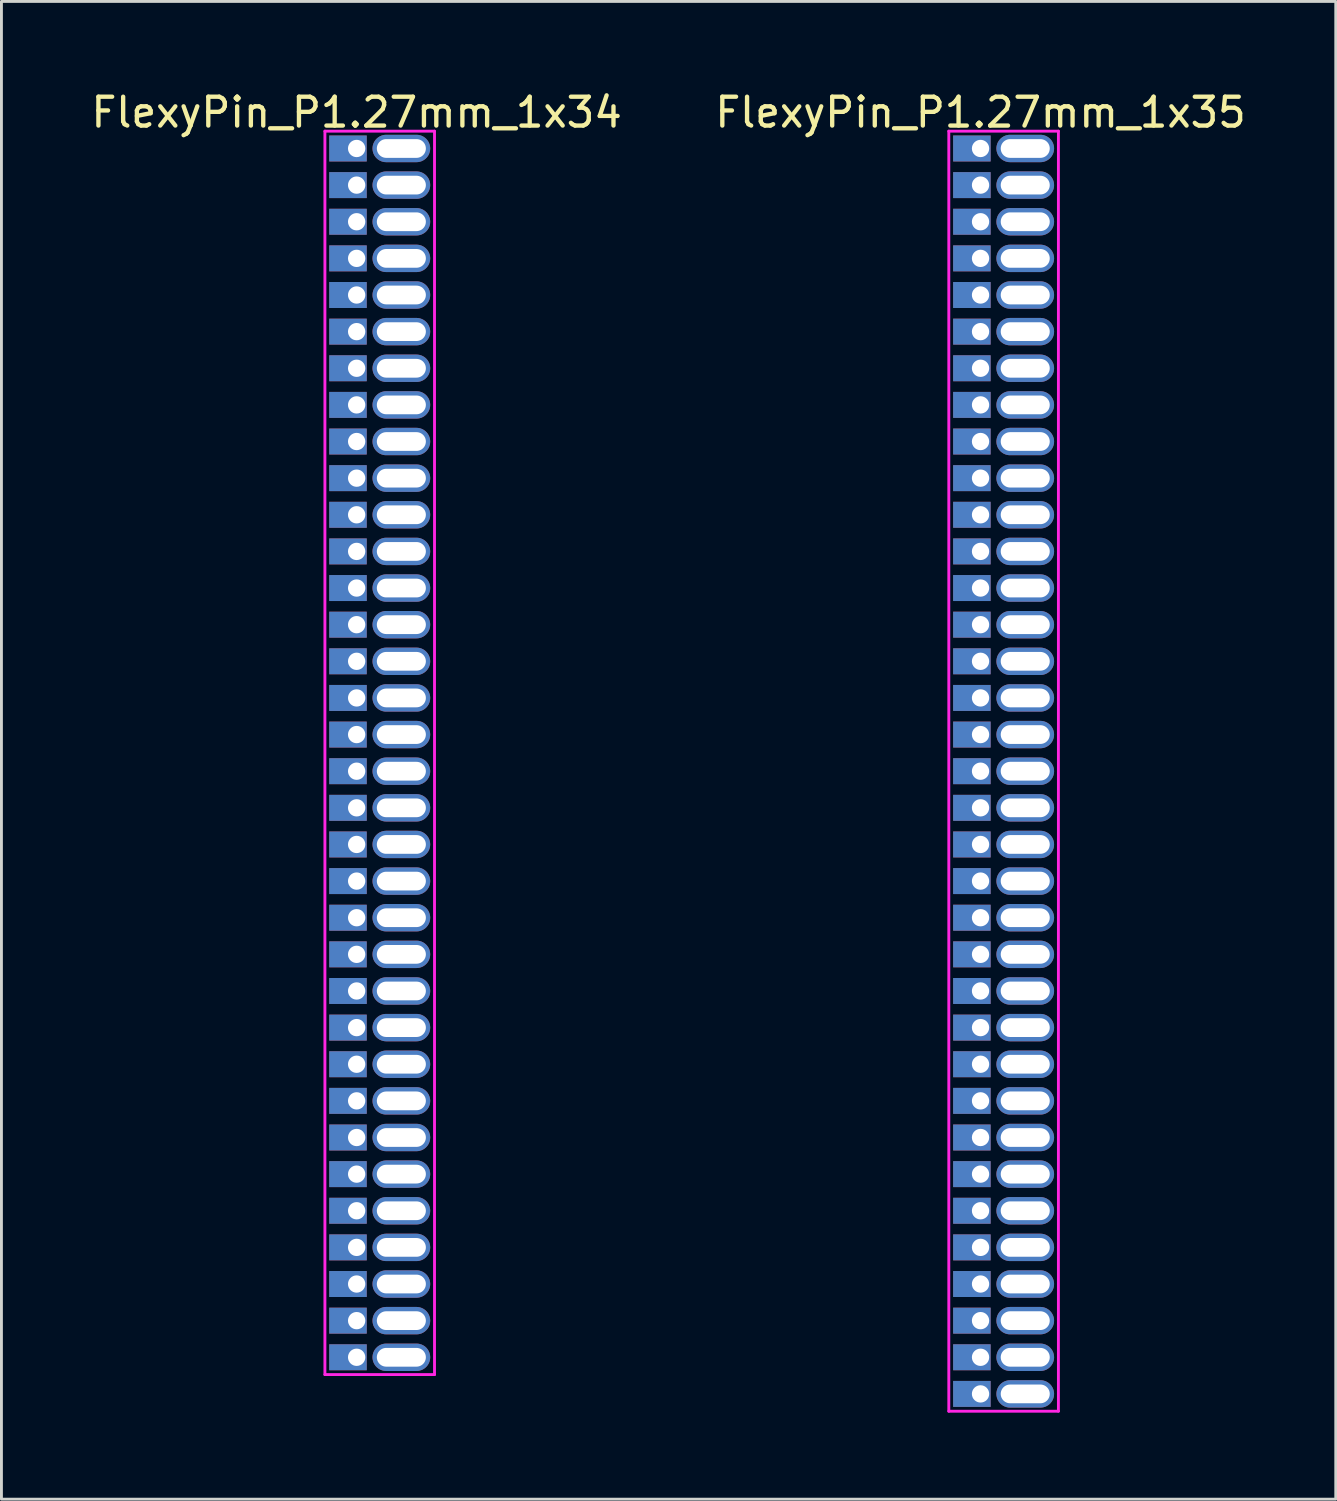
<source format=kicad_pcb>
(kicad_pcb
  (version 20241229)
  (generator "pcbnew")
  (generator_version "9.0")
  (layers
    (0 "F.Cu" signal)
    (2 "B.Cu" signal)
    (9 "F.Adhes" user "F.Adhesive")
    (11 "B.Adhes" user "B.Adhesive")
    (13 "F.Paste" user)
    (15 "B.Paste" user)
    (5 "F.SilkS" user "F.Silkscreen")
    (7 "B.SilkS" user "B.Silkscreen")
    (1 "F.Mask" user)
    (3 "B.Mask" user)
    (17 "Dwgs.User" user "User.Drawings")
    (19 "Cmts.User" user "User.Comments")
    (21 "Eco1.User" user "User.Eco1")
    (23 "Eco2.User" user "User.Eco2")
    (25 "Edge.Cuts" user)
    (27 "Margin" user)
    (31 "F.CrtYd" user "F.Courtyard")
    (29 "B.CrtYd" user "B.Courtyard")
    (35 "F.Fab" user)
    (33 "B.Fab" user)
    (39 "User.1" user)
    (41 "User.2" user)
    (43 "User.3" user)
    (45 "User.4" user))
  (footprint "FlexyPin_P1.27mm_1x35"
    (layer "F.Cu")
    (at 30.946 2.098)
    (property "Reference" "FlexyPin_P1.27mm_1x35" (at 0 -1.25 0) (layer "F.SilkS") (effects (font (size 1 1) (thickness 0.15))))
    (attr through_hole)
    (fp_line (start -1.1 -0.6) (end 2.7 -0.6) (stroke (width 0.1) (type solid)) (layer "F.CrtYd"))
    (fp_line (start -1.1 43.78) (end -1.1 -0.6) (stroke (width 0.1) (type solid)) (layer "F.CrtYd"))
    (fp_line (start 2.7 -0.6) (end 2.7 43.78) (stroke (width 0.1) (type solid)) (layer "F.CrtYd"))
    (fp_line (start 2.7 43.78) (end -1.1 43.78) (stroke (width 0.1) (type solid)) (layer "F.CrtYd"))
    (pad "" thru_hole oval (at 1.55 0) (size 2 0.95) (drill oval 1.7 0.65) (layers "*.Cu" "*.Mask"))
    (pad "" thru_hole oval (at 1.55 1.27) (size 2 0.95) (drill oval 1.7 0.65) (layers "*.Cu" "*.Mask"))
    (pad "" thru_hole oval (at 1.55 2.54) (size 2 0.95) (drill oval 1.7 0.65) (layers "*.Cu" "*.Mask"))
    (pad "" thru_hole oval (at 1.55 3.81) (size 2 0.95) (drill oval 1.7 0.65) (layers "*.Cu" "*.Mask"))
    (pad "" thru_hole oval (at 1.55 5.08) (size 2 0.95) (drill oval 1.7 0.65) (layers "*.Cu" "*.Mask"))
    (pad "" thru_hole oval (at 1.55 6.35) (size 2 0.95) (drill oval 1.7 0.65) (layers "*.Cu" "*.Mask"))
    (pad "" thru_hole oval (at 1.55 7.62) (size 2 0.95) (drill oval 1.7 0.65) (layers "*.Cu" "*.Mask"))
    (pad "" thru_hole oval (at 1.55 8.89) (size 2 0.95) (drill oval 1.7 0.65) (layers "*.Cu" "*.Mask"))
    (pad "" thru_hole oval (at 1.55 10.16) (size 2 0.95) (drill oval 1.7 0.65) (layers "*.Cu" "*.Mask"))
    (pad "" thru_hole oval (at 1.55 11.43) (size 2 0.95) (drill oval 1.7 0.65) (layers "*.Cu" "*.Mask"))
    (pad "" thru_hole oval (at 1.55 12.7) (size 2 0.95) (drill oval 1.7 0.65) (layers "*.Cu" "*.Mask"))
    (pad "" thru_hole oval (at 1.55 13.97) (size 2 0.95) (drill oval 1.7 0.65) (layers "*.Cu" "*.Mask"))
    (pad "" thru_hole oval (at 1.55 15.24) (size 2 0.95) (drill oval 1.7 0.65) (layers "*.Cu" "*.Mask"))
    (pad "" thru_hole oval (at 1.55 16.51) (size 2 0.95) (drill oval 1.7 0.65) (layers "*.Cu" "*.Mask"))
    (pad "" thru_hole oval (at 1.55 17.78) (size 2 0.95) (drill oval 1.7 0.65) (layers "*.Cu" "*.Mask"))
    (pad "" thru_hole oval (at 1.55 19.05) (size 2 0.95) (drill oval 1.7 0.65) (layers "*.Cu" "*.Mask"))
    (pad "" thru_hole oval (at 1.55 20.32) (size 2 0.95) (drill oval 1.7 0.65) (layers "*.Cu" "*.Mask"))
    (pad "" thru_hole oval (at 1.55 21.59) (size 2 0.95) (drill oval 1.7 0.65) (layers "*.Cu" "*.Mask"))
    (pad "" thru_hole oval (at 1.55 22.86) (size 2 0.95) (drill oval 1.7 0.65) (layers "*.Cu" "*.Mask"))
    (pad "" thru_hole oval (at 1.55 24.13) (size 2 0.95) (drill oval 1.7 0.65) (layers "*.Cu" "*.Mask"))
    (pad "" thru_hole oval (at 1.55 25.4) (size 2 0.95) (drill oval 1.7 0.65) (layers "*.Cu" "*.Mask"))
    (pad "" thru_hole oval (at 1.55 26.67) (size 2 0.95) (drill oval 1.7 0.65) (layers "*.Cu" "*.Mask"))
    (pad "" thru_hole oval (at 1.55 27.94) (size 2 0.95) (drill oval 1.7 0.65) (layers "*.Cu" "*.Mask"))
    (pad "" thru_hole oval (at 1.55 29.21) (size 2 0.95) (drill oval 1.7 0.65) (layers "*.Cu" "*.Mask"))
    (pad "" thru_hole oval (at 1.55 30.48) (size 2 0.95) (drill oval 1.7 0.65) (layers "*.Cu" "*.Mask"))
    (pad "" thru_hole oval (at 1.55 31.75) (size 2 0.95) (drill oval 1.7 0.65) (layers "*.Cu" "*.Mask"))
    (pad "" thru_hole oval (at 1.55 33.02) (size 2 0.95) (drill oval 1.7 0.65) (layers "*.Cu" "*.Mask"))
    (pad "" thru_hole oval (at 1.55 34.29) (size 2 0.95) (drill oval 1.7 0.65) (layers "*.Cu" "*.Mask"))
    (pad "" thru_hole oval (at 1.55 35.56) (size 2 0.95) (drill oval 1.7 0.65) (layers "*.Cu" "*.Mask"))
    (pad "" thru_hole oval (at 1.55 36.83) (size 2 0.95) (drill oval 1.7 0.65) (layers "*.Cu" "*.Mask"))
    (pad "" thru_hole oval (at 1.55 38.1) (size 2 0.95) (drill oval 1.7 0.65) (layers "*.Cu" "*.Mask"))
    (pad "" thru_hole oval (at 1.55 39.37) (size 2 0.95) (drill oval 1.7 0.65) (layers "*.Cu" "*.Mask"))
    (pad "" thru_hole oval (at 1.55 40.64) (size 2 0.95) (drill oval 1.7 0.65) (layers "*.Cu" "*.Mask"))
    (pad "" thru_hole oval (at 1.55 41.91) (size 2 0.95) (drill oval 1.7 0.65) (layers "*.Cu" "*.Mask"))
    (pad "" thru_hole oval (at 1.55 43.18) (size 2 0.95) (drill oval 1.7 0.65) (layers "*.Cu" "*.Mask"))
    (pad "1" thru_hole rect (at 0 0) (size 1.3 0.9) (drill 0.6 (offset -0.3 0)) (layers "*.Cu" "*.Mask"))
    (pad "2" thru_hole rect (at 0 1.27) (size 1.3 0.9) (drill 0.6 (offset -0.3 0)) (layers "*.Cu" "*.Mask"))
    (pad "3" thru_hole rect (at 0 2.54) (size 1.3 0.9) (drill 0.6 (offset -0.3 0)) (layers "*.Cu" "*.Mask"))
    (pad "4" thru_hole rect (at 0 3.81) (size 1.3 0.9) (drill 0.6 (offset -0.3 0)) (layers "*.Cu" "*.Mask"))
    (pad "5" thru_hole rect (at 0 5.08) (size 1.3 0.9) (drill 0.6 (offset -0.3 0)) (layers "*.Cu" "*.Mask"))
    (pad "6" thru_hole rect (at 0 6.35) (size 1.3 0.9) (drill 0.6 (offset -0.3 0)) (layers "*.Cu" "*.Mask"))
    (pad "7" thru_hole rect (at 0 7.62) (size 1.3 0.9) (drill 0.6 (offset -0.3 0)) (layers "*.Cu" "*.Mask"))
    (pad "8" thru_hole rect (at 0 8.89) (size 1.3 0.9) (drill 0.6 (offset -0.3 0)) (layers "*.Cu" "*.Mask"))
    (pad "9" thru_hole rect (at 0 10.16) (size 1.3 0.9) (drill 0.6 (offset -0.3 0)) (layers "*.Cu" "*.Mask"))
    (pad "10" thru_hole rect (at 0 11.43) (size 1.3 0.9) (drill 0.6 (offset -0.3 0)) (layers "*.Cu" "*.Mask"))
    (pad "11" thru_hole rect (at 0 12.7) (size 1.3 0.9) (drill 0.6 (offset -0.3 0)) (layers "*.Cu" "*.Mask"))
    (pad "12" thru_hole rect (at 0 13.97) (size 1.3 0.9) (drill 0.6 (offset -0.3 0)) (layers "*.Cu" "*.Mask"))
    (pad "13" thru_hole rect (at 0 15.24) (size 1.3 0.9) (drill 0.6 (offset -0.3 0)) (layers "*.Cu" "*.Mask"))
    (pad "14" thru_hole rect (at 0 16.51) (size 1.3 0.9) (drill 0.6 (offset -0.3 0)) (layers "*.Cu" "*.Mask"))
    (pad "15" thru_hole rect (at 0 17.78) (size 1.3 0.9) (drill 0.6 (offset -0.3 0)) (layers "*.Cu" "*.Mask"))
    (pad "16" thru_hole rect (at 0 19.05) (size 1.3 0.9) (drill 0.6 (offset -0.3 0)) (layers "*.Cu" "*.Mask"))
    (pad "17" thru_hole rect (at 0 20.32) (size 1.3 0.9) (drill 0.6 (offset -0.3 0)) (layers "*.Cu" "*.Mask"))
    (pad "18" thru_hole rect (at 0 21.59) (size 1.3 0.9) (drill 0.6 (offset -0.3 0)) (layers "*.Cu" "*.Mask"))
    (pad "19" thru_hole rect (at 0 22.86) (size 1.3 0.9) (drill 0.6 (offset -0.3 0)) (layers "*.Cu" "*.Mask"))
    (pad "20" thru_hole rect (at 0 24.13) (size 1.3 0.9) (drill 0.6 (offset -0.3 0)) (layers "*.Cu" "*.Mask"))
    (pad "21" thru_hole rect (at 0 25.4) (size 1.3 0.9) (drill 0.6 (offset -0.3 0)) (layers "*.Cu" "*.Mask"))
    (pad "22" thru_hole rect (at 0 26.67) (size 1.3 0.9) (drill 0.6 (offset -0.3 0)) (layers "*.Cu" "*.Mask"))
    (pad "23" thru_hole rect (at 0 27.94) (size 1.3 0.9) (drill 0.6 (offset -0.3 0)) (layers "*.Cu" "*.Mask"))
    (pad "24" thru_hole rect (at 0 29.21) (size 1.3 0.9) (drill 0.6 (offset -0.3 0)) (layers "*.Cu" "*.Mask"))
    (pad "25" thru_hole rect (at 0 30.48) (size 1.3 0.9) (drill 0.6 (offset -0.3 0)) (layers "*.Cu" "*.Mask"))
    (pad "26" thru_hole rect (at 0 31.75) (size 1.3 0.9) (drill 0.6 (offset -0.3 0)) (layers "*.Cu" "*.Mask"))
    (pad "27" thru_hole rect (at 0 33.02) (size 1.3 0.9) (drill 0.6 (offset -0.3 0)) (layers "*.Cu" "*.Mask"))
    (pad "28" thru_hole rect (at 0 34.29) (size 1.3 0.9) (drill 0.6 (offset -0.3 0)) (layers "*.Cu" "*.Mask"))
    (pad "29" thru_hole rect (at 0 35.56) (size 1.3 0.9) (drill 0.6 (offset -0.3 0)) (layers "*.Cu" "*.Mask"))
    (pad "30" thru_hole rect (at 0 36.83) (size 1.3 0.9) (drill 0.6 (offset -0.3 0)) (layers "*.Cu" "*.Mask"))
    (pad "31" thru_hole rect (at 0 38.1) (size 1.3 0.9) (drill 0.6 (offset -0.3 0)) (layers "*.Cu" "*.Mask"))
    (pad "32" thru_hole rect (at 0 39.37) (size 1.3 0.9) (drill 0.6 (offset -0.3 0)) (layers "*.Cu" "*.Mask"))
    (pad "33" thru_hole rect (at 0 40.64) (size 1.3 0.9) (drill 0.6 (offset -0.3 0)) (layers "*.Cu" "*.Mask"))
    (pad "34" thru_hole rect (at 0 41.91) (size 1.3 0.9) (drill 0.6 (offset -0.3 0)) (layers "*.Cu" "*.Mask"))
    (pad "35" thru_hole rect (at 0 43.18) (size 1.3 0.9) (drill 0.6 (offset -0.3 0)) (layers "*.Cu" "*.Mask")))
  (footprint "FlexyPin_P1.27mm_1x34"
    (layer "F.Cu")
    (at 9.315 2.098)
    (property "Reference" "FlexyPin_P1.27mm_1x34" (at 0 -1.25 0) (layer "F.SilkS") (effects (font (size 1 1) (thickness 0.15))))
    (attr through_hole)
    (fp_line (start -1.1 -0.6) (end 2.7 -0.6) (stroke (width 0.1) (type solid)) (layer "F.CrtYd"))
    (fp_line (start -1.1 42.51) (end -1.1 -0.6) (stroke (width 0.1) (type solid)) (layer "F.CrtYd"))
    (fp_line (start 2.7 -0.6) (end 2.7 42.51) (stroke (width 0.1) (type solid)) (layer "F.CrtYd"))
    (fp_line (start 2.7 42.51) (end -1.1 42.51) (stroke (width 0.1) (type solid)) (layer "F.CrtYd"))
    (pad "" thru_hole oval (at 1.55 0) (size 2 0.95) (drill oval 1.7 0.65) (layers "*.Cu" "*.Mask"))
    (pad "" thru_hole oval (at 1.55 1.27) (size 2 0.95) (drill oval 1.7 0.65) (layers "*.Cu" "*.Mask"))
    (pad "" thru_hole oval (at 1.55 2.54) (size 2 0.95) (drill oval 1.7 0.65) (layers "*.Cu" "*.Mask"))
    (pad "" thru_hole oval (at 1.55 3.81) (size 2 0.95) (drill oval 1.7 0.65) (layers "*.Cu" "*.Mask"))
    (pad "" thru_hole oval (at 1.55 5.08) (size 2 0.95) (drill oval 1.7 0.65) (layers "*.Cu" "*.Mask"))
    (pad "" thru_hole oval (at 1.55 6.35) (size 2 0.95) (drill oval 1.7 0.65) (layers "*.Cu" "*.Mask"))
    (pad "" thru_hole oval (at 1.55 7.62) (size 2 0.95) (drill oval 1.7 0.65) (layers "*.Cu" "*.Mask"))
    (pad "" thru_hole oval (at 1.55 8.89) (size 2 0.95) (drill oval 1.7 0.65) (layers "*.Cu" "*.Mask"))
    (pad "" thru_hole oval (at 1.55 10.16) (size 2 0.95) (drill oval 1.7 0.65) (layers "*.Cu" "*.Mask"))
    (pad "" thru_hole oval (at 1.55 11.43) (size 2 0.95) (drill oval 1.7 0.65) (layers "*.Cu" "*.Mask"))
    (pad "" thru_hole oval (at 1.55 12.7) (size 2 0.95) (drill oval 1.7 0.65) (layers "*.Cu" "*.Mask"))
    (pad "" thru_hole oval (at 1.55 13.97) (size 2 0.95) (drill oval 1.7 0.65) (layers "*.Cu" "*.Mask"))
    (pad "" thru_hole oval (at 1.55 15.24) (size 2 0.95) (drill oval 1.7 0.65) (layers "*.Cu" "*.Mask"))
    (pad "" thru_hole oval (at 1.55 16.51) (size 2 0.95) (drill oval 1.7 0.65) (layers "*.Cu" "*.Mask"))
    (pad "" thru_hole oval (at 1.55 17.78) (size 2 0.95) (drill oval 1.7 0.65) (layers "*.Cu" "*.Mask"))
    (pad "" thru_hole oval (at 1.55 19.05) (size 2 0.95) (drill oval 1.7 0.65) (layers "*.Cu" "*.Mask"))
    (pad "" thru_hole oval (at 1.55 20.32) (size 2 0.95) (drill oval 1.7 0.65) (layers "*.Cu" "*.Mask"))
    (pad "" thru_hole oval (at 1.55 21.59) (size 2 0.95) (drill oval 1.7 0.65) (layers "*.Cu" "*.Mask"))
    (pad "" thru_hole oval (at 1.55 22.86) (size 2 0.95) (drill oval 1.7 0.65) (layers "*.Cu" "*.Mask"))
    (pad "" thru_hole oval (at 1.55 24.13) (size 2 0.95) (drill oval 1.7 0.65) (layers "*.Cu" "*.Mask"))
    (pad "" thru_hole oval (at 1.55 25.4) (size 2 0.95) (drill oval 1.7 0.65) (layers "*.Cu" "*.Mask"))
    (pad "" thru_hole oval (at 1.55 26.67) (size 2 0.95) (drill oval 1.7 0.65) (layers "*.Cu" "*.Mask"))
    (pad "" thru_hole oval (at 1.55 27.94) (size 2 0.95) (drill oval 1.7 0.65) (layers "*.Cu" "*.Mask"))
    (pad "" thru_hole oval (at 1.55 29.21) (size 2 0.95) (drill oval 1.7 0.65) (layers "*.Cu" "*.Mask"))
    (pad "" thru_hole oval (at 1.55 30.48) (size 2 0.95) (drill oval 1.7 0.65) (layers "*.Cu" "*.Mask"))
    (pad "" thru_hole oval (at 1.55 31.75) (size 2 0.95) (drill oval 1.7 0.65) (layers "*.Cu" "*.Mask"))
    (pad "" thru_hole oval (at 1.55 33.02) (size 2 0.95) (drill oval 1.7 0.65) (layers "*.Cu" "*.Mask"))
    (pad "" thru_hole oval (at 1.55 34.29) (size 2 0.95) (drill oval 1.7 0.65) (layers "*.Cu" "*.Mask"))
    (pad "" thru_hole oval (at 1.55 35.56) (size 2 0.95) (drill oval 1.7 0.65) (layers "*.Cu" "*.Mask"))
    (pad "" thru_hole oval (at 1.55 36.83) (size 2 0.95) (drill oval 1.7 0.65) (layers "*.Cu" "*.Mask"))
    (pad "" thru_hole oval (at 1.55 38.1) (size 2 0.95) (drill oval 1.7 0.65) (layers "*.Cu" "*.Mask"))
    (pad "" thru_hole oval (at 1.55 39.37) (size 2 0.95) (drill oval 1.7 0.65) (layers "*.Cu" "*.Mask"))
    (pad "" thru_hole oval (at 1.55 40.64) (size 2 0.95) (drill oval 1.7 0.65) (layers "*.Cu" "*.Mask"))
    (pad "" thru_hole oval (at 1.55 41.91) (size 2 0.95) (drill oval 1.7 0.65) (layers "*.Cu" "*.Mask"))
    (pad "1" thru_hole rect (at 0 0) (size 1.3 0.9) (drill 0.6 (offset -0.3 0)) (layers "*.Cu" "*.Mask"))
    (pad "2" thru_hole rect (at 0 1.27) (size 1.3 0.9) (drill 0.6 (offset -0.3 0)) (layers "*.Cu" "*.Mask"))
    (pad "3" thru_hole rect (at 0 2.54) (size 1.3 0.9) (drill 0.6 (offset -0.3 0)) (layers "*.Cu" "*.Mask"))
    (pad "4" thru_hole rect (at 0 3.81) (size 1.3 0.9) (drill 0.6 (offset -0.3 0)) (layers "*.Cu" "*.Mask"))
    (pad "5" thru_hole rect (at 0 5.08) (size 1.3 0.9) (drill 0.6 (offset -0.3 0)) (layers "*.Cu" "*.Mask"))
    (pad "6" thru_hole rect (at 0 6.35) (size 1.3 0.9) (drill 0.6 (offset -0.3 0)) (layers "*.Cu" "*.Mask"))
    (pad "7" thru_hole rect (at 0 7.62) (size 1.3 0.9) (drill 0.6 (offset -0.3 0)) (layers "*.Cu" "*.Mask"))
    (pad "8" thru_hole rect (at 0 8.89) (size 1.3 0.9) (drill 0.6 (offset -0.3 0)) (layers "*.Cu" "*.Mask"))
    (pad "9" thru_hole rect (at 0 10.16) (size 1.3 0.9) (drill 0.6 (offset -0.3 0)) (layers "*.Cu" "*.Mask"))
    (pad "10" thru_hole rect (at 0 11.43) (size 1.3 0.9) (drill 0.6 (offset -0.3 0)) (layers "*.Cu" "*.Mask"))
    (pad "11" thru_hole rect (at 0 12.7) (size 1.3 0.9) (drill 0.6 (offset -0.3 0)) (layers "*.Cu" "*.Mask"))
    (pad "12" thru_hole rect (at 0 13.97) (size 1.3 0.9) (drill 0.6 (offset -0.3 0)) (layers "*.Cu" "*.Mask"))
    (pad "13" thru_hole rect (at 0 15.24) (size 1.3 0.9) (drill 0.6 (offset -0.3 0)) (layers "*.Cu" "*.Mask"))
    (pad "14" thru_hole rect (at 0 16.51) (size 1.3 0.9) (drill 0.6 (offset -0.3 0)) (layers "*.Cu" "*.Mask"))
    (pad "15" thru_hole rect (at 0 17.78) (size 1.3 0.9) (drill 0.6 (offset -0.3 0)) (layers "*.Cu" "*.Mask"))
    (pad "16" thru_hole rect (at 0 19.05) (size 1.3 0.9) (drill 0.6 (offset -0.3 0)) (layers "*.Cu" "*.Mask"))
    (pad "17" thru_hole rect (at 0 20.32) (size 1.3 0.9) (drill 0.6 (offset -0.3 0)) (layers "*.Cu" "*.Mask"))
    (pad "18" thru_hole rect (at 0 21.59) (size 1.3 0.9) (drill 0.6 (offset -0.3 0)) (layers "*.Cu" "*.Mask"))
    (pad "19" thru_hole rect (at 0 22.86) (size 1.3 0.9) (drill 0.6 (offset -0.3 0)) (layers "*.Cu" "*.Mask"))
    (pad "20" thru_hole rect (at 0 24.13) (size 1.3 0.9) (drill 0.6 (offset -0.3 0)) (layers "*.Cu" "*.Mask"))
    (pad "21" thru_hole rect (at 0 25.4) (size 1.3 0.9) (drill 0.6 (offset -0.3 0)) (layers "*.Cu" "*.Mask"))
    (pad "22" thru_hole rect (at 0 26.67) (size 1.3 0.9) (drill 0.6 (offset -0.3 0)) (layers "*.Cu" "*.Mask"))
    (pad "23" thru_hole rect (at 0 27.94) (size 1.3 0.9) (drill 0.6 (offset -0.3 0)) (layers "*.Cu" "*.Mask"))
    (pad "24" thru_hole rect (at 0 29.21) (size 1.3 0.9) (drill 0.6 (offset -0.3 0)) (layers "*.Cu" "*.Mask"))
    (pad "25" thru_hole rect (at 0 30.48) (size 1.3 0.9) (drill 0.6 (offset -0.3 0)) (layers "*.Cu" "*.Mask"))
    (pad "26" thru_hole rect (at 0 31.75) (size 1.3 0.9) (drill 0.6 (offset -0.3 0)) (layers "*.Cu" "*.Mask"))
    (pad "27" thru_hole rect (at 0 33.02) (size 1.3 0.9) (drill 0.6 (offset -0.3 0)) (layers "*.Cu" "*.Mask"))
    (pad "28" thru_hole rect (at 0 34.29) (size 1.3 0.9) (drill 0.6 (offset -0.3 0)) (layers "*.Cu" "*.Mask"))
    (pad "29" thru_hole rect (at 0 35.56) (size 1.3 0.9) (drill 0.6 (offset -0.3 0)) (layers "*.Cu" "*.Mask"))
    (pad "30" thru_hole rect (at 0 36.83) (size 1.3 0.9) (drill 0.6 (offset -0.3 0)) (layers "*.Cu" "*.Mask"))
    (pad "31" thru_hole rect (at 0 38.1) (size 1.3 0.9) (drill 0.6 (offset -0.3 0)) (layers "*.Cu" "*.Mask"))
    (pad "32" thru_hole rect (at 0 39.37) (size 1.3 0.9) (drill 0.6 (offset -0.3 0)) (layers "*.Cu" "*.Mask"))
    (pad "33" thru_hole rect (at 0 40.64) (size 1.3 0.9) (drill 0.6 (offset -0.3 0)) (layers "*.Cu" "*.Mask"))
    (pad "34" thru_hole rect (at 0 41.91) (size 1.3 0.9) (drill 0.6 (offset -0.3 0)) (layers "*.Cu" "*.Mask")))
  (gr_rect
    (start -3 -3)
    (end 43.262 48.928)
    (stroke (width 0.1) (type default))
    (fill no)
    (layer "Edge.Cuts")))
</source>
